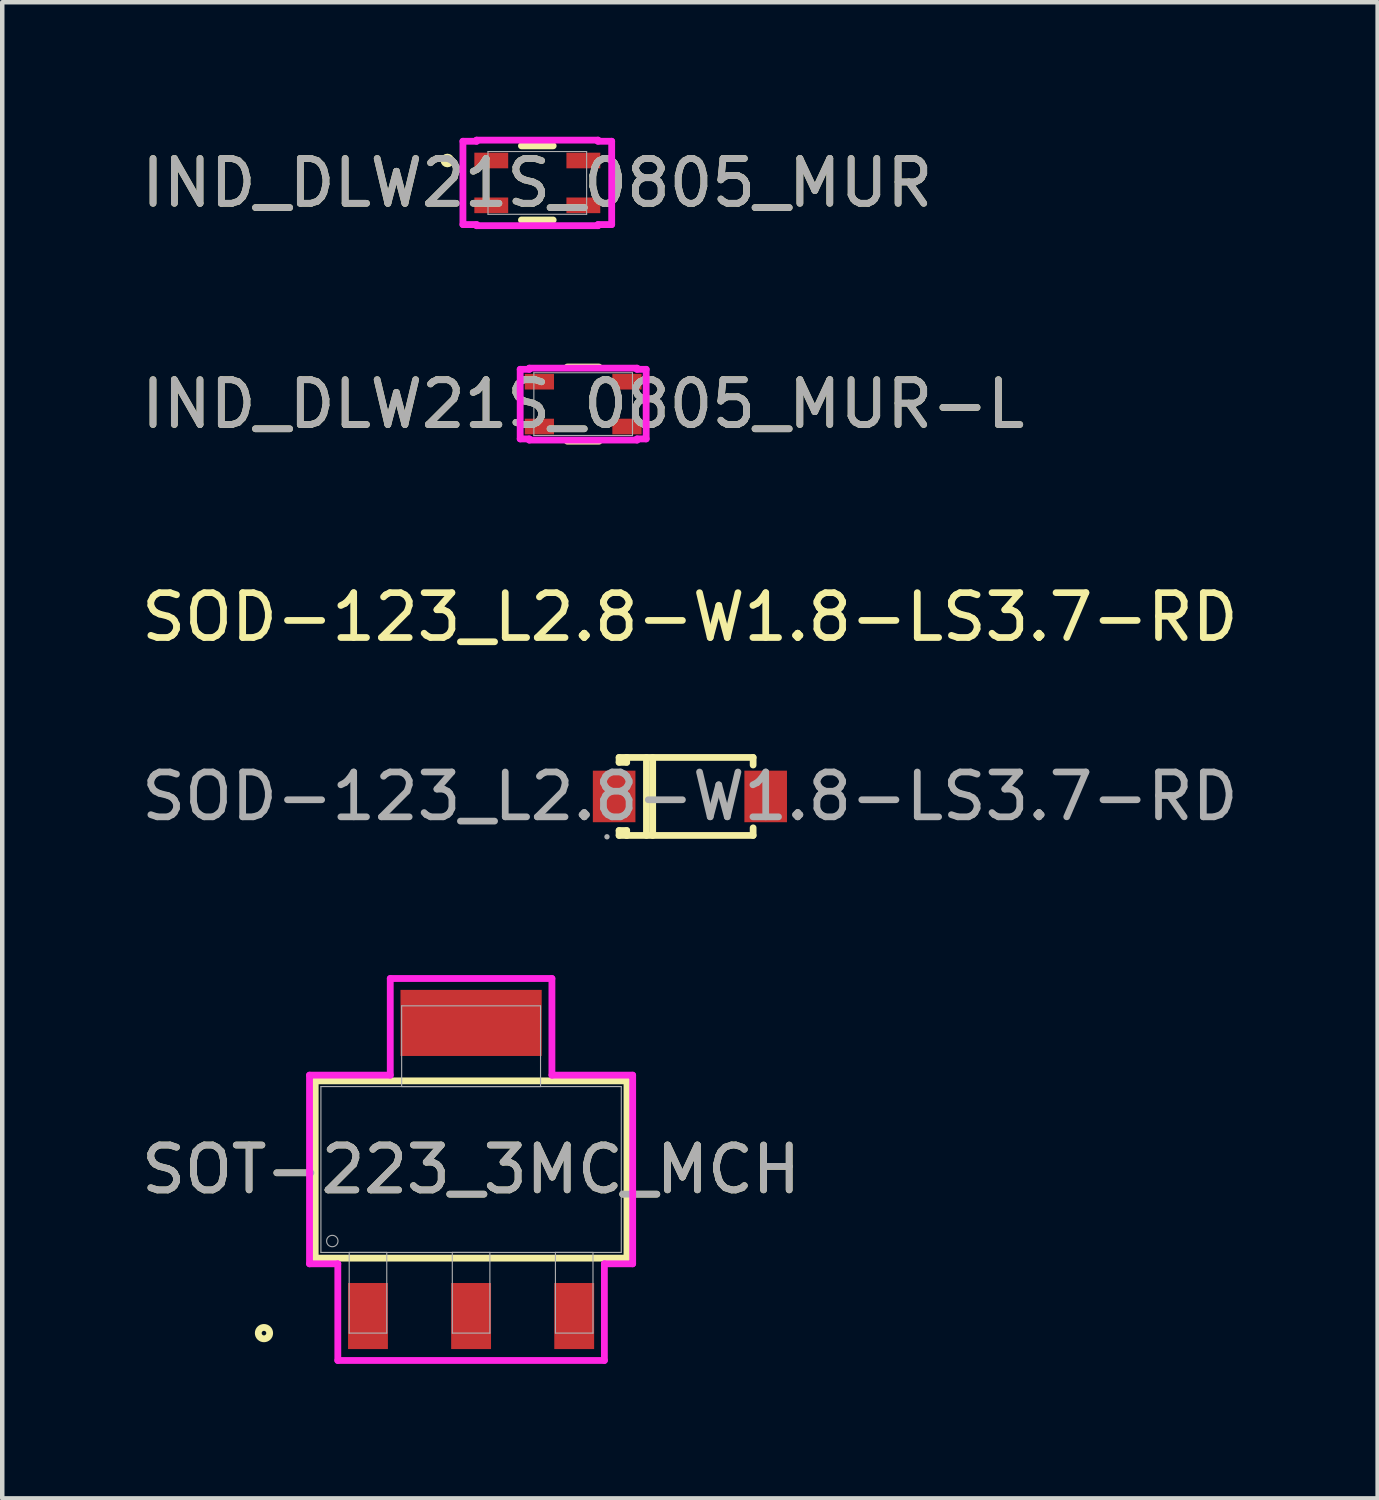
<source format=kicad_pcb>
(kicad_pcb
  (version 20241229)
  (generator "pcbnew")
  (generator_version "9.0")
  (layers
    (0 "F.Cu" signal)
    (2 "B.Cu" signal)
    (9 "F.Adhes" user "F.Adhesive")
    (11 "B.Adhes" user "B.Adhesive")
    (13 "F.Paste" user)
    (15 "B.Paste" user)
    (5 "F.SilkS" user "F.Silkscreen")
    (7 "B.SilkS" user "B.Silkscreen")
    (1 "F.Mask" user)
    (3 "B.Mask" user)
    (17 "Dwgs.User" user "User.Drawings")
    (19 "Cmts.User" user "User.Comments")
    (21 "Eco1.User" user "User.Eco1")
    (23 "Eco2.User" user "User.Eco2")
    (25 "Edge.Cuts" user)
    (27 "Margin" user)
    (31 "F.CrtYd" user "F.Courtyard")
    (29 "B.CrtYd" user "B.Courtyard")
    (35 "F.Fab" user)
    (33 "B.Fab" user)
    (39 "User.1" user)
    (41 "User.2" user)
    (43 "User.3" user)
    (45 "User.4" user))
  (footprint "SOD-123_L2.8-W1.8-LS3.7-RD"
    (layer "F.Cu")
    (at 12.339 14.715)
    (property "Reference" "SOD-123_L2.8-W1.8-LS3.7-RD" (at 0 -4 0) (layer "F.SilkS") (effects (font (size 1 1) (thickness 0.15))))
    (attr smd)
    (fp_line (start -1.58 -0.87) (end -1.41 -0.87) (stroke (width 0.15) (type solid)) (layer "F.SilkS"))
    (fp_line (start -1.58 -0.76) (end -1.58 -0.87) (stroke (width 0.15) (type solid)) (layer "F.SilkS"))
    (fp_line (start -1.58 -0.76) (end -1.41 -0.76) (stroke (width 0.15) (type solid)) (layer "F.SilkS"))
    (fp_line (start -1.58 0.76) (end -1.41 0.76) (stroke (width 0.15) (type solid)) (layer "F.SilkS"))
    (fp_line (start -1.58 0.87) (end -1.58 0.76) (stroke (width 0.15) (type solid)) (layer "F.SilkS"))
    (fp_line (start -1.41 -0.87) (end -1.41 -0.76) (stroke (width 0.15) (type solid)) (layer "F.SilkS"))
    (fp_line (start -1.41 -0.87) (end 1.41 -0.87) (stroke (width 0.15) (type solid)) (layer "F.SilkS"))
    (fp_line (start -1.41 0.76) (end -1.41 0.87) (stroke (width 0.15) (type solid)) (layer "F.SilkS"))
    (fp_line (start -1.41 0.87) (end -1.58 0.87) (stroke (width 0.15) (type solid)) (layer "F.SilkS"))
    (fp_line (start -1.41 0.87) (end 1.41 0.87) (stroke (width 0.15) (type solid)) (layer "F.SilkS"))
    (fp_line (start -0.97 -0.87) (end -0.97 0.87) (stroke (width 0.15) (type solid)) (layer "F.SilkS"))
    (fp_line (start -0.83 -0.87) (end -0.83 0.87) (stroke (width 0.15) (type solid)) (layer "F.SilkS"))
    (fp_line (start 1.41 -0.87) (end 1.41 -0.7) (stroke (width 0.15) (type solid)) (layer "F.SilkS"))
    (fp_line (start 1.41 0.87) (end 1.41 0.7) (stroke (width 0.15) (type solid)) (layer "F.SilkS"))
    (fp_circle (center -1.85 0.9) (end -1.82 0.9) (stroke (width 0.06) (type solid)) (fill no) (layer "F.Fab"))
    (fp_text user "${REFERENCE}" (at 0 0 0) (layer "F.Fab") (effects (font (size 1 1) (thickness 0.15))))
    (pad "1" smd rect (at -1.69 0) (size 0.95 1.15) (layers "F.Cu" "F.Mask" "F.Paste"))
    (pad "2" smd rect (at 1.69 0) (size 0.95 1.15) (layers "F.Cu" "F.Mask" "F.Paste")))
  (footprint "IND_DLW21S_0805_MUR"
    (layer "F.Cu")
    (at 8.935 1.03)
    (property "Reference" "IND_DLW21S_0805_MUR" (at 0 0 0) (unlocked yes) (layer "F.SilkS") (effects (font (size 1 1) (thickness 0.15))))
    (attr smd)
    (fp_line (start -0.354 0.827) (end 0.354 0.827) (stroke (width 0.152) (type solid)) (layer "F.SilkS"))
    (fp_line (start 0.354 -0.827) (end -0.354 -0.827) (stroke (width 0.152) (type solid)) (layer "F.SilkS"))
    (fp_circle (center -2.006 -0.5) (end -1.93 -0.5) (stroke (width 0.152) (type solid)) (fill no) (layer "F.SilkS"))
    (fp_line (start -1.659 -0.929) (end -1.354 -0.929) (stroke (width 0.152) (type solid)) (layer "F.CrtYd"))
    (fp_line (start -1.659 0.929) (end -1.659 -0.929) (stroke (width 0.152) (type solid)) (layer "F.CrtYd"))
    (fp_line (start -1.659 0.929) (end -1.354 0.929) (stroke (width 0.152) (type solid)) (layer "F.CrtYd"))
    (fp_line (start -1.354 -0.954) (end 1.354 -0.954) (stroke (width 0.152) (type solid)) (layer "F.CrtYd"))
    (fp_line (start -1.354 -0.929) (end -1.354 -0.954) (stroke (width 0.152) (type solid)) (layer "F.CrtYd"))
    (fp_line (start -1.354 0.954) (end -1.354 0.929) (stroke (width 0.152) (type solid)) (layer "F.CrtYd"))
    (fp_line (start 1.354 -0.954) (end 1.354 -0.929) (stroke (width 0.152) (type solid)) (layer "F.CrtYd"))
    (fp_line (start 1.354 0.929) (end 1.354 0.954) (stroke (width 0.152) (type solid)) (layer "F.CrtYd"))
    (fp_line (start 1.354 0.954) (end -1.354 0.954) (stroke (width 0.152) (type solid)) (layer "F.CrtYd"))
    (fp_line (start 1.659 -0.929) (end 1.354 -0.929) (stroke (width 0.152) (type solid)) (layer "F.CrtYd"))
    (fp_line (start 1.659 -0.929) (end 1.659 0.929) (stroke (width 0.152) (type solid)) (layer "F.CrtYd"))
    (fp_line (start 1.659 0.929) (end 1.354 0.929) (stroke (width 0.152) (type solid)) (layer "F.CrtYd"))
    (fp_line (start -1.1 -0.7) (end -1.1 0.7) (stroke (width 0.025) (type solid)) (layer "F.Fab"))
    (fp_line (start -1.1 0.7) (end 1.1 0.7) (stroke (width 0.025) (type solid)) (layer "F.Fab"))
    (fp_line (start 1.1 -0.7) (end -1.1 -0.7) (stroke (width 0.025) (type solid)) (layer "F.Fab"))
    (fp_line (start 1.1 0.7) (end 1.1 -0.7) (stroke (width 0.025) (type solid)) (layer "F.Fab"))
    (fp_text user "${REFERENCE}" (at 0 0 0) (unlocked yes) (layer "F.Fab") (effects (font (size 1 1) (thickness 0.15))))
    (pad "1" smd rect (at -1.027 -0.5) (size 0.755 0.349) (layers "F.Cu" "F.Mask" "F.Paste"))
    (pad "2" smd rect (at 1.027 -0.5) (size 0.755 0.349) (layers "F.Cu" "F.Mask" "F.Paste"))
    (pad "3" smd rect (at 1.027 0.5) (size 0.755 0.349) (layers "F.Cu" "F.Mask" "F.Paste"))
    (pad "4" smd rect (at -1.027 0.5) (size 0.755 0.349) (layers "F.Cu" "F.Mask" "F.Paste")))
  (footprint "SOT-223_3MC_MCH"
    (layer "F.Cu")
    (at 7.458 23.036)
    (property "Reference" "SOT-223_3MC_MCH" (at 0 0 0) (unlocked yes) (layer "F.SilkS") (effects (font (size 1 1) (thickness 0.15))))
    (attr smd)
    (fp_poly (pts (xy 1.575 -4.006) (xy -1.575 -4.006) (xy -1.575 -2.532) (xy 1.575 -2.532)) (stroke (width 0) (type solid)) (fill yes) (layer "F.Cu"))
    (fp_poly (pts (xy 1.6 -4.361) (xy -1.6 -4.361) (xy -1.6 -2.177) (xy 1.6 -2.177)) (stroke (width 0) (type solid)) (fill yes) (layer "F.Mask"))
    (fp_line (start -3.477 -1.977) (end -3.477 1.977) (stroke (width 0.152) (type solid)) (layer "F.SilkS"))
    (fp_line (start -3.477 1.977) (end 3.477 1.977) (stroke (width 0.152) (type solid)) (layer "F.SilkS"))
    (fp_line (start 3.477 -1.977) (end -3.477 -1.977) (stroke (width 0.152) (type solid)) (layer "F.SilkS"))
    (fp_line (start 3.477 1.977) (end 3.477 -1.977) (stroke (width 0.152) (type solid)) (layer "F.SilkS"))
    (fp_circle (center -4.62 3.65) (end -4.493 3.65) (stroke (width 0.152) (type solid)) (fill no) (layer "F.SilkS"))
    (fp_poly (pts (xy 1.575 -4.006) (xy -1.575 -4.006) (xy -1.575 -2.532) (xy 1.575 -2.532)) (stroke (width 0) (type solid)) (fill yes) (layer "F.Paste"))
    (fp_line (start -3.604 -2.104) (end -1.803 -2.104) (stroke (width 0.152) (type solid)) (layer "F.CrtYd"))
    (fp_line (start -3.604 2.104) (end -3.604 -2.104) (stroke (width 0.152) (type solid)) (layer "F.CrtYd"))
    (fp_line (start -2.973 2.104) (end -3.604 2.104) (stroke (width 0.152) (type solid)) (layer "F.CrtYd"))
    (fp_line (start -2.973 4.26) (end -2.973 2.104) (stroke (width 0.152) (type solid)) (layer "F.CrtYd"))
    (fp_line (start -1.803 -4.26) (end 1.803 -4.26) (stroke (width 0.152) (type solid)) (layer "F.CrtYd"))
    (fp_line (start -1.803 -2.104) (end -1.803 -4.26) (stroke (width 0.152) (type solid)) (layer "F.CrtYd"))
    (fp_line (start 1.803 -4.26) (end 1.803 -2.104) (stroke (width 0.152) (type solid)) (layer "F.CrtYd"))
    (fp_line (start 1.803 -2.104) (end 3.604 -2.104) (stroke (width 0.152) (type solid)) (layer "F.CrtYd"))
    (fp_line (start 2.973 2.104) (end 2.973 4.26) (stroke (width 0.152) (type solid)) (layer "F.CrtYd"))
    (fp_line (start 2.973 4.26) (end -2.973 4.26) (stroke (width 0.152) (type solid)) (layer "F.CrtYd"))
    (fp_line (start 3.604 -2.104) (end 3.604 2.104) (stroke (width 0.152) (type solid)) (layer "F.CrtYd"))
    (fp_line (start 3.604 2.104) (end 2.973 2.104) (stroke (width 0.152) (type solid)) (layer "F.CrtYd"))
    (fp_line (start -3.35 -1.85) (end -3.35 1.85) (stroke (width 0.025) (type solid)) (layer "F.Fab"))
    (fp_line (start -3.35 1.85) (end 3.35 1.85) (stroke (width 0.025) (type solid)) (layer "F.Fab"))
    (fp_line (start -2.719 1.85) (end -2.719 3.65) (stroke (width 0.025) (type solid)) (layer "F.Fab"))
    (fp_line (start -2.719 3.65) (end -1.881 3.65) (stroke (width 0.025) (type solid)) (layer "F.Fab"))
    (fp_line (start -1.881 1.85) (end -2.719 1.85) (stroke (width 0.025) (type solid)) (layer "F.Fab"))
    (fp_line (start -1.881 3.65) (end -1.881 1.85) (stroke (width 0.025) (type solid)) (layer "F.Fab"))
    (fp_line (start -1.549 -3.65) (end -1.549 -1.85) (stroke (width 0.025) (type solid)) (layer "F.Fab"))
    (fp_line (start -1.549 -1.85) (end 1.549 -1.85) (stroke (width 0.025) (type solid)) (layer "F.Fab"))
    (fp_line (start -0.419 1.85) (end -0.419 3.65) (stroke (width 0.025) (type solid)) (layer "F.Fab"))
    (fp_line (start -0.419 3.65) (end 0.419 3.65) (stroke (width 0.025) (type solid)) (layer "F.Fab"))
    (fp_line (start 0.419 1.85) (end -0.419 1.85) (stroke (width 0.025) (type solid)) (layer "F.Fab"))
    (fp_line (start 0.419 3.65) (end 0.419 1.85) (stroke (width 0.025) (type solid)) (layer "F.Fab"))
    (fp_line (start 1.549 -3.65) (end -1.549 -3.65) (stroke (width 0.025) (type solid)) (layer "F.Fab"))
    (fp_line (start 1.549 -1.85) (end 1.549 -3.65) (stroke (width 0.025) (type solid)) (layer "F.Fab"))
    (fp_line (start 1.881 1.85) (end 1.881 3.65) (stroke (width 0.025) (type solid)) (layer "F.Fab"))
    (fp_line (start 1.881 3.65) (end 2.719 3.65) (stroke (width 0.025) (type solid)) (layer "F.Fab"))
    (fp_line (start 2.719 1.85) (end 1.881 1.85) (stroke (width 0.025) (type solid)) (layer "F.Fab"))
    (fp_line (start 2.719 3.65) (end 2.719 1.85) (stroke (width 0.025) (type solid)) (layer "F.Fab"))
    (fp_line (start 3.35 -1.85) (end -3.35 -1.85) (stroke (width 0.025) (type solid)) (layer "F.Fab"))
    (fp_line (start 3.35 1.85) (end 3.35 -1.85) (stroke (width 0.025) (type solid)) (layer "F.Fab"))
    (fp_circle (center -3.096 1.596) (end -2.969 1.596) (stroke (width 0.025) (type solid)) (fill no) (layer "F.Fab"))
    (fp_text user "${REFERENCE}" (at 0 0 0) (unlocked yes) (layer "F.Fab") (effects (font (size 1 1) (thickness 0.15))))
    (pad "1" smd rect (at -2.3 3.269) (size 0.889 1.473) (layers "F.Cu" "F.Mask" "F.Paste"))
    (pad "2" smd rect (at 0 3.269) (size 0.889 1.473) (layers "F.Cu" "F.Mask" "F.Paste"))
    (pad "3" smd rect (at 2.3 3.269) (size 0.889 1.473) (layers "F.Cu" "F.Mask" "F.Paste")))
  (footprint "IND_DLW21S_0805_MUR-L"
    (layer "F.Cu")
    (at 9.958 5.964)
    (property "Reference" "IND_DLW21S_0805_MUR-L" (at 0 0 0) (unlocked yes) (layer "F.SilkS") (effects (font (size 1 1) (thickness 0.15))))
    (attr smd)
    (fp_line (start -0.354 0.827) (end 0.354 0.827) (stroke (width 0.152) (type solid)) (layer "F.SilkS"))
    (fp_line (start 0.354 -0.827) (end -0.354 -0.827) (stroke (width 0.152) (type solid)) (layer "F.SilkS"))
    (fp_line (start -1.405 -0.776) (end -1.202 -0.776) (stroke (width 0.152) (type solid)) (layer "F.CrtYd"))
    (fp_line (start -1.405 0.776) (end -1.405 -0.776) (stroke (width 0.152) (type solid)) (layer "F.CrtYd"))
    (fp_line (start -1.405 0.776) (end -1.202 0.776) (stroke (width 0.152) (type solid)) (layer "F.CrtYd"))
    (fp_line (start -1.202 -0.802) (end 1.202 -0.802) (stroke (width 0.152) (type solid)) (layer "F.CrtYd"))
    (fp_line (start -1.202 -0.776) (end -1.202 -0.802) (stroke (width 0.152) (type solid)) (layer "F.CrtYd"))
    (fp_line (start -1.202 0.802) (end -1.202 0.776) (stroke (width 0.152) (type solid)) (layer "F.CrtYd"))
    (fp_line (start 1.202 -0.802) (end 1.202 -0.776) (stroke (width 0.152) (type solid)) (layer "F.CrtYd"))
    (fp_line (start 1.202 0.776) (end 1.202 0.802) (stroke (width 0.152) (type solid)) (layer "F.CrtYd"))
    (fp_line (start 1.202 0.802) (end -1.202 0.802) (stroke (width 0.152) (type solid)) (layer "F.CrtYd"))
    (fp_line (start 1.405 -0.776) (end 1.202 -0.776) (stroke (width 0.152) (type solid)) (layer "F.CrtYd"))
    (fp_line (start 1.405 -0.776) (end 1.405 0.776) (stroke (width 0.152) (type solid)) (layer "F.CrtYd"))
    (fp_line (start 1.405 0.776) (end 1.202 0.776) (stroke (width 0.152) (type solid)) (layer "F.CrtYd"))
    (fp_line (start -1.1 -0.7) (end -1.1 0.7) (stroke (width 0.025) (type solid)) (layer "F.Fab"))
    (fp_line (start -1.1 0.7) (end 1.1 0.7) (stroke (width 0.025) (type solid)) (layer "F.Fab"))
    (fp_line (start 1.1 -0.7) (end -1.1 -0.7) (stroke (width 0.025) (type solid)) (layer "F.Fab"))
    (fp_line (start 1.1 0.7) (end 1.1 -0.7) (stroke (width 0.025) (type solid)) (layer "F.Fab"))
    (fp_text user "${REFERENCE}" (at 0 0 0) (unlocked yes) (layer "F.Fab") (effects (font (size 1 1) (thickness 0.15))))
    (pad "1" smd rect (at -0.977 -0.5) (size 0.653 0.349) (layers "F.Cu" "F.Mask" "F.Paste"))
    (pad "2" smd rect (at 0.977 -0.5) (size 0.653 0.349) (layers "F.Cu" "F.Mask" "F.Paste"))
    (pad "3" smd rect (at 0.977 0.5) (size 0.653 0.349) (layers "F.Cu" "F.Mask" "F.Paste"))
    (pad "4" smd rect (at -0.977 0.5) (size 0.653 0.349) (layers "F.Cu" "F.Mask" "F.Paste")))
  (gr_rect
    (start -3 -3)
    (end 27.679 30.372)
    (stroke (width 0.1) (type default))
    (fill no)
    (layer "Edge.Cuts")))
</source>
